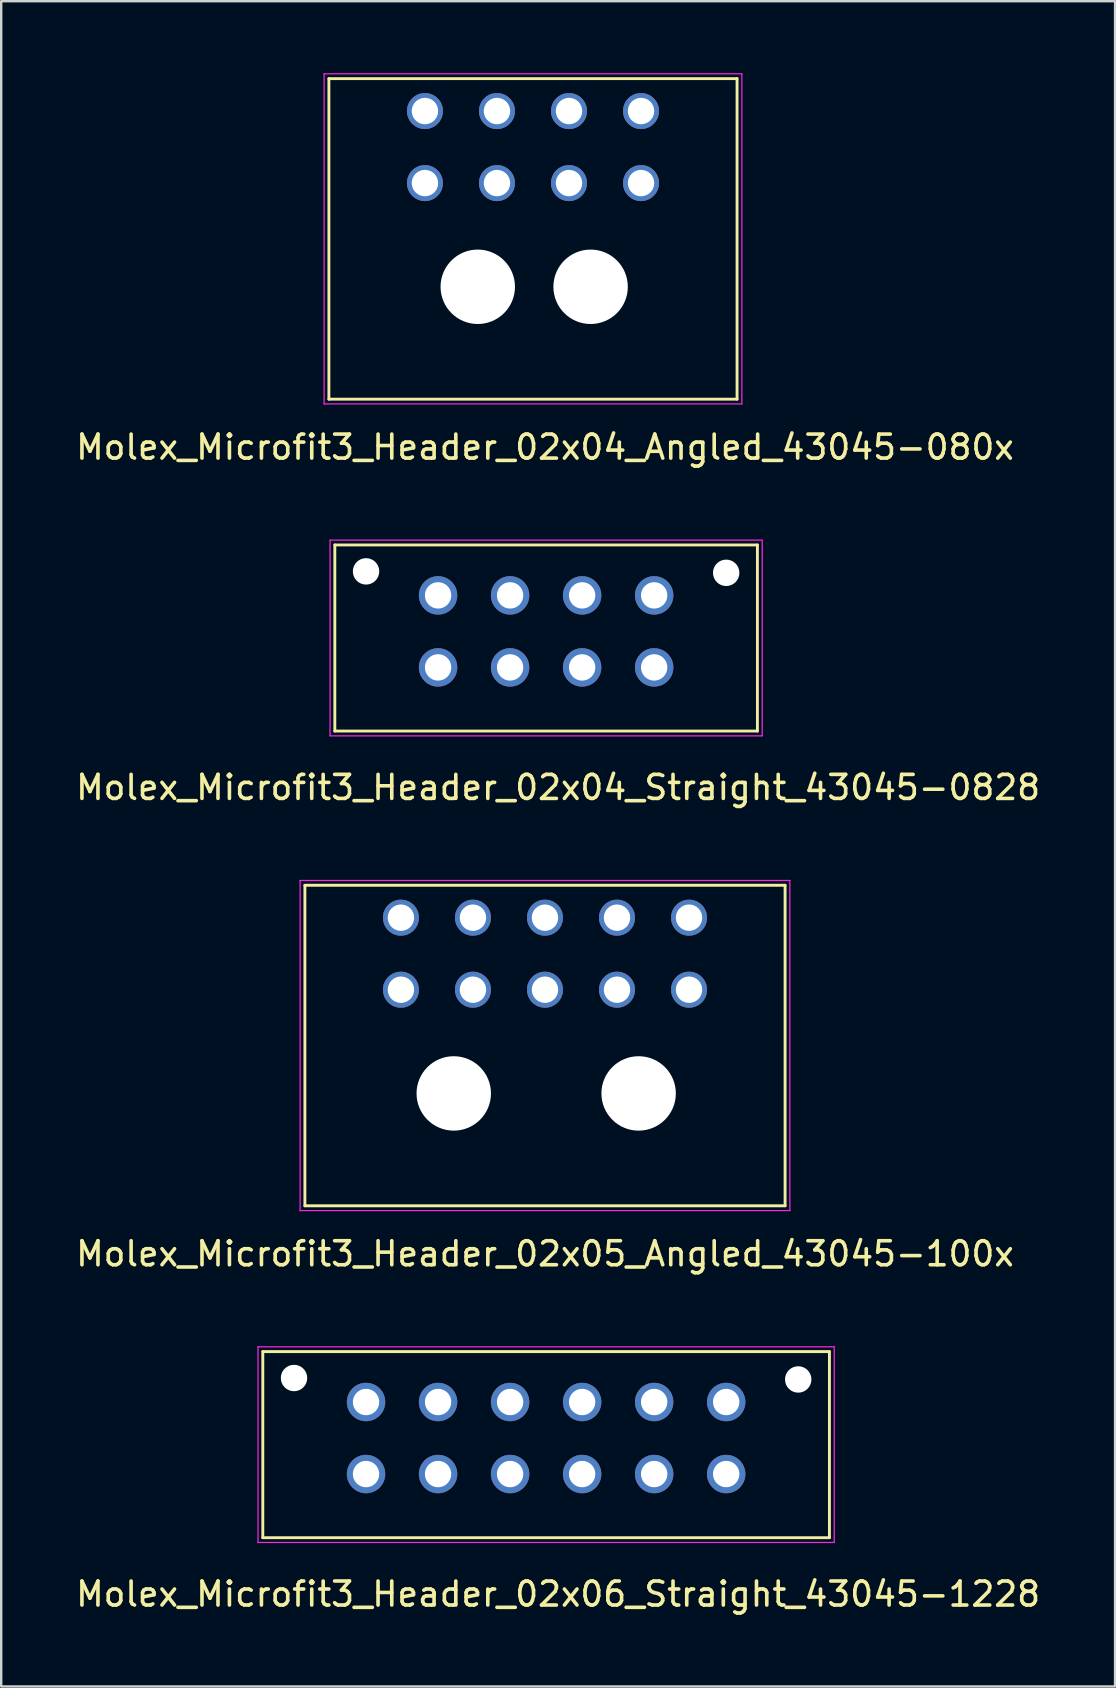
<source format=kicad_pcb>
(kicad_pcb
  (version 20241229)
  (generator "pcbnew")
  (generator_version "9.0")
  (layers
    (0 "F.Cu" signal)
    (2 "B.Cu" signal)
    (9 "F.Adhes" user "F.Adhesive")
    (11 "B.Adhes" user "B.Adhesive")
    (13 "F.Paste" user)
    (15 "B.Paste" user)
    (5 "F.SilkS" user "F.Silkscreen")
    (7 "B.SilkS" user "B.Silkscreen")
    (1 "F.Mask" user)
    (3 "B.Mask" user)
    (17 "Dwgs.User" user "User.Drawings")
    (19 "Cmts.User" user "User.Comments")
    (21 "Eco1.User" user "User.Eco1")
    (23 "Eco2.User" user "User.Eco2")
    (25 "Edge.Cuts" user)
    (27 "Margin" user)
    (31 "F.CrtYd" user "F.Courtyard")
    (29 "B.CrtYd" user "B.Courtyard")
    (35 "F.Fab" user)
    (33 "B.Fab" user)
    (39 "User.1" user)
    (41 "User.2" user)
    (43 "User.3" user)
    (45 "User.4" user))
  (footprint "Molex_Microfit3_Header_02x04_Angled_43045-080x"
    (layer "F.Cu")
    (at 23.649 4.575)
    (property "Reference" "Molex_Microfit3_Header_02x04_Angled_43045-080x" (at -4 11 0) (layer "F.SilkS") (effects (font (size 1 1) (thickness 0.15))))
    (attr through_hole)
    (fp_line (start -13 -4.35) (end 4 -4.35) (stroke (width 0.12) (type solid)) (layer "F.SilkS"))
    (fp_line (start -13 9) (end -13 -4.35) (stroke (width 0.12) (type solid)) (layer "F.SilkS"))
    (fp_line (start 4 -4.35) (end 4 9) (stroke (width 0.12) (type solid)) (layer "F.SilkS"))
    (fp_line (start 4 9) (end -13 9) (stroke (width 0.12) (type solid)) (layer "F.SilkS"))
    (fp_line (start -13.2 -4.55) (end -13.2 9.2) (stroke (width 0.05) (type solid)) (layer "F.CrtYd"))
    (fp_line (start -13.2 9.2) (end 4.2 9.2) (stroke (width 0.05) (type solid)) (layer "F.CrtYd"))
    (fp_line (start 4.2 -4.55) (end -13.2 -4.55) (stroke (width 0.05) (type solid)) (layer "F.CrtYd"))
    (fp_line (start 4.2 9.2) (end 4.2 -4.55) (stroke (width 0.05) (type solid)) (layer "F.CrtYd"))
    (pad "" np_thru_hole circle (at -6.8 4.32) (size 3.1 3.1) (drill 3.1) (layers "*.Cu" "*.Mask"))
    (pad "" np_thru_hole circle (at -2.1 4.32) (size 3.1 3.1) (drill 3.1) (layers "*.Cu" "*.Mask"))
    (pad "1" thru_hole circle (at 0 0) (size 1.5 1.5) (drill 1.1) (layers "*.Cu" "*.Mask"))
    (pad "2" thru_hole circle (at -3 0) (size 1.5 1.5) (drill 1.1) (layers "*.Cu" "*.Mask"))
    (pad "3" thru_hole circle (at -6 0) (size 1.5 1.5) (drill 1.1) (layers "*.Cu" "*.Mask"))
    (pad "4" thru_hole circle (at -9 0) (size 1.5 1.5) (drill 1.1) (layers "*.Cu" "*.Mask"))
    (pad "5" thru_hole circle (at 0 -3) (size 1.5 1.5) (drill 1.1) (layers "*.Cu" "*.Mask"))
    (pad "6" thru_hole circle (at -3 -3) (size 1.5 1.5) (drill 1.1) (layers "*.Cu" "*.Mask"))
    (pad "7" thru_hole circle (at -6 -3) (size 1.5 1.5) (drill 1.1) (layers "*.Cu" "*.Mask"))
    (pad "8" thru_hole circle (at -9 -3) (size 1.5 1.5) (drill 1.1) (layers "*.Cu" "*.Mask")))
  (footprint "Molex_Microfit3_Header_02x05_Angled_43045-100x"
    (layer "F.Cu")
    (at 25.649 38.172)
    (property "Reference" "Molex_Microfit3_Header_02x05_Angled_43045-100x" (at -6 11 0) (layer "F.SilkS") (effects (font (size 1 1) (thickness 0.15))))
    (attr through_hole)
    (fp_line (start -16 -4.35) (end 4 -4.35) (stroke (width 0.12) (type solid)) (layer "F.SilkS"))
    (fp_line (start -16 9) (end -16 -4.35) (stroke (width 0.12) (type solid)) (layer "F.SilkS"))
    (fp_line (start 4 -4.35) (end 4 9) (stroke (width 0.12) (type solid)) (layer "F.SilkS"))
    (fp_line (start 4 9) (end -16 9) (stroke (width 0.12) (type solid)) (layer "F.SilkS"))
    (fp_line (start -16.2 -4.55) (end -16.2 9.2) (stroke (width 0.05) (type solid)) (layer "F.CrtYd"))
    (fp_line (start -16.2 9.2) (end 4.2 9.2) (stroke (width 0.05) (type solid)) (layer "F.CrtYd"))
    (fp_line (start 4.2 -4.55) (end -16.2 -4.55) (stroke (width 0.05) (type solid)) (layer "F.CrtYd"))
    (fp_line (start 4.2 9.2) (end 4.2 -4.55) (stroke (width 0.05) (type solid)) (layer "F.CrtYd"))
    (pad "" np_thru_hole circle (at -9.8 4.32) (size 3.1 3.1) (drill 3.1) (layers "*.Cu" "*.Mask"))
    (pad "" np_thru_hole circle (at -2.1 4.32) (size 3.1 3.1) (drill 3.1) (layers "*.Cu" "*.Mask"))
    (pad "1" thru_hole circle (at 0 0) (size 1.5 1.5) (drill 1.1) (layers "*.Cu" "*.Mask"))
    (pad "2" thru_hole circle (at -3 0) (size 1.5 1.5) (drill 1.1) (layers "*.Cu" "*.Mask"))
    (pad "3" thru_hole circle (at -6 0) (size 1.5 1.5) (drill 1.1) (layers "*.Cu" "*.Mask"))
    (pad "4" thru_hole circle (at -9 0) (size 1.5 1.5) (drill 1.1) (layers "*.Cu" "*.Mask"))
    (pad "5" thru_hole circle (at -12 0) (size 1.5 1.5) (drill 1.1) (layers "*.Cu" "*.Mask"))
    (pad "6" thru_hole circle (at 0 -3) (size 1.5 1.5) (drill 1.1) (layers "*.Cu" "*.Mask"))
    (pad "7" thru_hole circle (at -3 -3) (size 1.5 1.5) (drill 1.1) (layers "*.Cu" "*.Mask"))
    (pad "8" thru_hole circle (at -6 -3) (size 1.5 1.5) (drill 1.1) (layers "*.Cu" "*.Mask"))
    (pad "9" thru_hole circle (at -9 -3) (size 1.5 1.5) (drill 1.1) (layers "*.Cu" "*.Mask"))
    (pad "10" thru_hole circle (at -12 -3) (size 1.5 1.5) (drill 1.1) (layers "*.Cu" "*.Mask")))
  (footprint "Molex_Microfit3_Header_02x06_Straight_43045-1228"
    (layer "F.Cu")
    (at 27.196 58.345)
    (property "Reference" "Molex_Microfit3_Header_02x06_Straight_43045-1228" (at -7 5 0) (layer "F.SilkS") (effects (font (size 1 1) (thickness 0.15))))
    (attr through_hole)
    (fp_line (start -19.3 2.65) (end -19.3 -5.1) (stroke (width 0.12) (type solid)) (layer "F.SilkS"))
    (fp_line (start 4.3 -5.1) (end -19.3 -5.1) (stroke (width 0.12) (type solid)) (layer "F.SilkS"))
    (fp_line (start 4.3 2.65) (end -19.3 2.65) (stroke (width 0.12) (type solid)) (layer "F.SilkS"))
    (fp_line (start 4.3 2.65) (end 4.3 -5.1) (stroke (width 0.12) (type solid)) (layer "F.SilkS"))
    (fp_line (start -19.5 2.85) (end -19.5 -5.3) (stroke (width 0.05) (type solid)) (layer "F.CrtYd"))
    (fp_line (start 4.5 -5.3) (end -19.5 -5.3) (stroke (width 0.05) (type solid)) (layer "F.CrtYd"))
    (fp_line (start 4.5 2.85) (end -19.5 2.85) (stroke (width 0.05) (type solid)) (layer "F.CrtYd"))
    (fp_line (start 4.5 2.85) (end 4.5 -5.3) (stroke (width 0.05) (type solid)) (layer "F.CrtYd"))
    (pad "" np_thru_hole circle (at -18 -4) (size 1.1 1.1) (drill 1.1) (layers "*.Cu" "*.Mask"))
    (pad "" np_thru_hole circle (at 3 -3.94) (size 1.1 1.1) (drill 1.1) (layers "*.Cu" "*.Mask"))
    (pad "1" thru_hole circle (at 0 0) (size 1.6 1.6) (drill 1.1) (layers "*.Cu" "*.Mask"))
    (pad "2" thru_hole circle (at -3 0) (size 1.6 1.6) (drill 1.1) (layers "*.Cu" "*.Mask"))
    (pad "3" thru_hole circle (at -6 0) (size 1.6 1.6) (drill 1.1) (layers "*.Cu" "*.Mask"))
    (pad "4" thru_hole circle (at -9 0) (size 1.6 1.6) (drill 1.1) (layers "*.Cu" "*.Mask"))
    (pad "5" thru_hole circle (at -12 0) (size 1.6 1.6) (drill 1.1) (layers "*.Cu" "*.Mask"))
    (pad "6" thru_hole circle (at -15 0) (size 1.6 1.6) (drill 1.1) (layers "*.Cu" "*.Mask"))
    (pad "7" thru_hole circle (at 0 -3) (size 1.6 1.6) (drill 1.1) (layers "*.Cu" "*.Mask"))
    (pad "8" thru_hole circle (at -3 -3) (size 1.6 1.6) (drill 1.1) (layers "*.Cu" "*.Mask"))
    (pad "9" thru_hole circle (at -6 -3) (size 1.6 1.6) (drill 1.1) (layers "*.Cu" "*.Mask"))
    (pad "10" thru_hole circle (at -9 -3) (size 1.6 1.6) (drill 1.1) (layers "*.Cu" "*.Mask"))
    (pad "11" thru_hole circle (at -12 -3) (size 1.6 1.6) (drill 1.1) (layers "*.Cu" "*.Mask"))
    (pad "12" thru_hole circle (at -15 -3) (size 1.6 1.6) (drill 1.1) (layers "*.Cu" "*.Mask")))
  (footprint "Molex_Microfit3_Header_02x04_Straight_43045-0828"
    (layer "F.Cu")
    (at 24.196 24.748)
    (property "Reference" "Molex_Microfit3_Header_02x04_Straight_43045-0828" (at -4 5 0) (layer "F.SilkS") (effects (font (size 1 1) (thickness 0.15))))
    (attr through_hole)
    (fp_line (start -13.3 2.65) (end -13.3 -5.1) (stroke (width 0.12) (type solid)) (layer "F.SilkS"))
    (fp_line (start 4.3 -5.1) (end -13.3 -5.1) (stroke (width 0.12) (type solid)) (layer "F.SilkS"))
    (fp_line (start 4.3 2.65) (end -13.3 2.65) (stroke (width 0.12) (type solid)) (layer "F.SilkS"))
    (fp_line (start 4.3 2.65) (end 4.3 -5.1) (stroke (width 0.12) (type solid)) (layer "F.SilkS"))
    (fp_line (start -13.5 2.85) (end -13.5 -5.3) (stroke (width 0.05) (type solid)) (layer "F.CrtYd"))
    (fp_line (start 4.5 -5.3) (end -13.5 -5.3) (stroke (width 0.05) (type solid)) (layer "F.CrtYd"))
    (fp_line (start 4.5 2.85) (end -13.5 2.85) (stroke (width 0.05) (type solid)) (layer "F.CrtYd"))
    (fp_line (start 4.5 2.85) (end 4.5 -5.3) (stroke (width 0.05) (type solid)) (layer "F.CrtYd"))
    (pad "" np_thru_hole circle (at -12 -4) (size 1.1 1.1) (drill 1.1) (layers "*.Cu" "*.Mask"))
    (pad "" np_thru_hole circle (at 3 -3.94) (size 1.1 1.1) (drill 1.1) (layers "*.Cu" "*.Mask"))
    (pad "1" thru_hole circle (at 0 0) (size 1.6 1.6) (drill 1.1) (layers "*.Cu" "*.Mask"))
    (pad "2" thru_hole circle (at -3 0) (size 1.6 1.6) (drill 1.1) (layers "*.Cu" "*.Mask"))
    (pad "3" thru_hole circle (at -6 0) (size 1.6 1.6) (drill 1.1) (layers "*.Cu" "*.Mask"))
    (pad "4" thru_hole circle (at -9 0) (size 1.6 1.6) (drill 1.1) (layers "*.Cu" "*.Mask"))
    (pad "5" thru_hole circle (at 0 -3) (size 1.6 1.6) (drill 1.1) (layers "*.Cu" "*.Mask"))
    (pad "6" thru_hole circle (at -3 -3) (size 1.6 1.6) (drill 1.1) (layers "*.Cu" "*.Mask"))
    (pad "7" thru_hole circle (at -6 -3) (size 1.6 1.6) (drill 1.1) (layers "*.Cu" "*.Mask"))
    (pad "8" thru_hole circle (at -9 -3) (size 1.6 1.6) (drill 1.1) (layers "*.Cu" "*.Mask")))
  (gr_rect
    (start -3 -3)
    (end 43.393 67.193)
    (stroke (width 0.1) (type default))
    (fill no)
    (layer "Edge.Cuts")))
</source>
